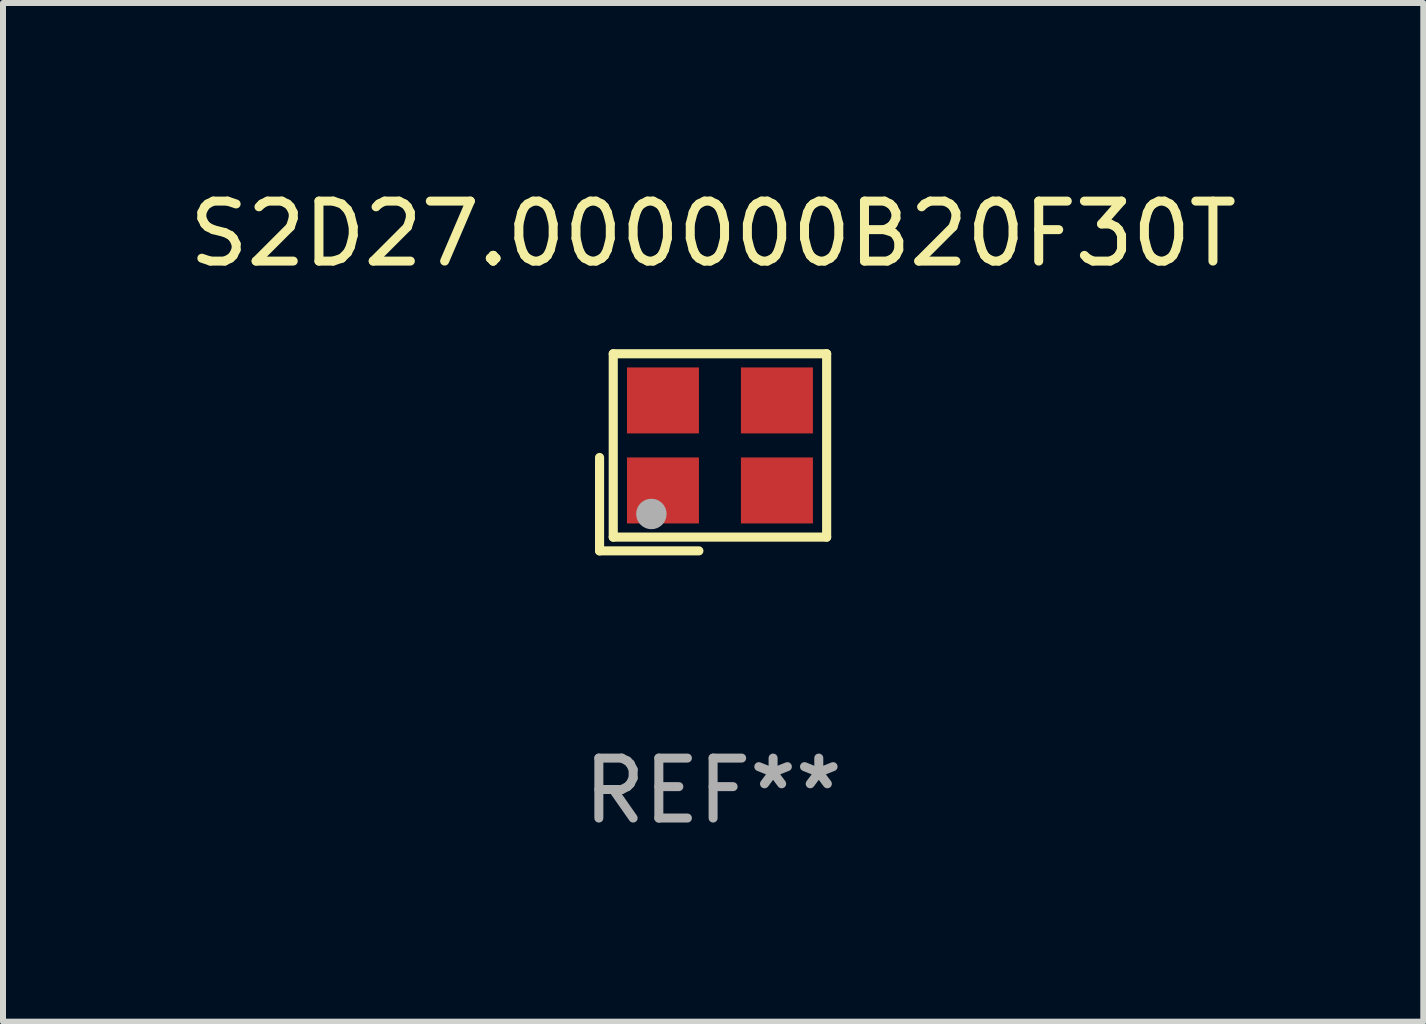
<source format=kicad_pcb>
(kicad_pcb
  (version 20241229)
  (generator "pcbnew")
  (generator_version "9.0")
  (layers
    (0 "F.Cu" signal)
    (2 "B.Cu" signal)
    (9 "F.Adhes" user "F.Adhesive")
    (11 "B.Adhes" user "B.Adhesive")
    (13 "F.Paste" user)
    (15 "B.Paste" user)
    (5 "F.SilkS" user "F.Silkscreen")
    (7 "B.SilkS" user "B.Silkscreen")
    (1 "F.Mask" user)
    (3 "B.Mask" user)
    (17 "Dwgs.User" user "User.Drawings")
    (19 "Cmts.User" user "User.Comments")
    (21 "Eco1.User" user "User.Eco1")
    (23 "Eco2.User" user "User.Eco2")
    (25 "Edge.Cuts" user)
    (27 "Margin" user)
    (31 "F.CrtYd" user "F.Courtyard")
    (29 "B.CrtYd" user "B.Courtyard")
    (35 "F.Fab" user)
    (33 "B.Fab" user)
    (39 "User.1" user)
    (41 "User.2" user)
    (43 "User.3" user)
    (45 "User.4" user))
  (footprint "S2D27.000000B20F30T"
    (layer "F.Cu")
    (at 8.839 4.491)
    (property "Reference" "S2D27.000000B20F30T" (at 0 -3.643 0) (layer "F.SilkS") (effects (font (size 1 1) (thickness 0.15))))
    (attr through_hole)
    (fp_line (start -1.893 0.086) (end -1.893 1.643) (stroke (width 0.152) (type solid)) (layer "F.SilkS"))
    (fp_line (start -1.893 1.643) (end -0.237 1.643) (stroke (width 0.152) (type solid)) (layer "F.SilkS"))
    (fp_line (start -1.665 -1.643) (end 1.893 -1.643) (stroke (width 0.152) (type solid)) (layer "F.SilkS"))
    (fp_line (start -1.665 1.414) (end -1.665 -1.643) (stroke (width 0.152) (type solid)) (layer "F.SilkS"))
    (fp_line (start 1.893 -1.643) (end 1.893 1.414) (stroke (width 0.152) (type solid)) (layer "F.SilkS"))
    (fp_line (start 1.893 1.414) (end -1.665 1.414) (stroke (width 0.152) (type solid)) (layer "F.SilkS"))
    (fp_circle (center -1.136 0.885) (end -1.106 0.885) (stroke (width 0.06) (type solid)) (fill no) (layer "F.SilkS"))
    (fp_circle (center -1.029 1.028) (end -0.902 1.028) (stroke (width 0.254) (type solid)) (fill no) (layer "F.Fab"))
    (fp_text user "REF**" (at 0 5.643 0) (layer "F.Fab") (effects (font (size 1 1) (thickness 0.15))))
    (pad "1" smd rect (at -0.836 0.636) (size 1.2 1.1) (layers "F.Cu" "F.Mask" "F.Paste"))
    (pad "2" smd rect (at 1.064 0.636) (size 1.2 1.1) (layers "F.Cu" "F.Mask" "F.Paste"))
    (pad "3" smd rect (at 1.064 -0.865) (size 1.2 1.1) (layers "F.Cu" "F.Mask" "F.Paste"))
    (pad "4" smd rect (at -0.836 -0.865) (size 1.2 1.1) (layers "F.Cu" "F.Mask" "F.Paste")))
  (gr_rect
    (start -3 -3)
    (end 20.679 13.983)
    (stroke (width 0.1) (type default))
    (fill no)
    (layer "Edge.Cuts")))
</source>
